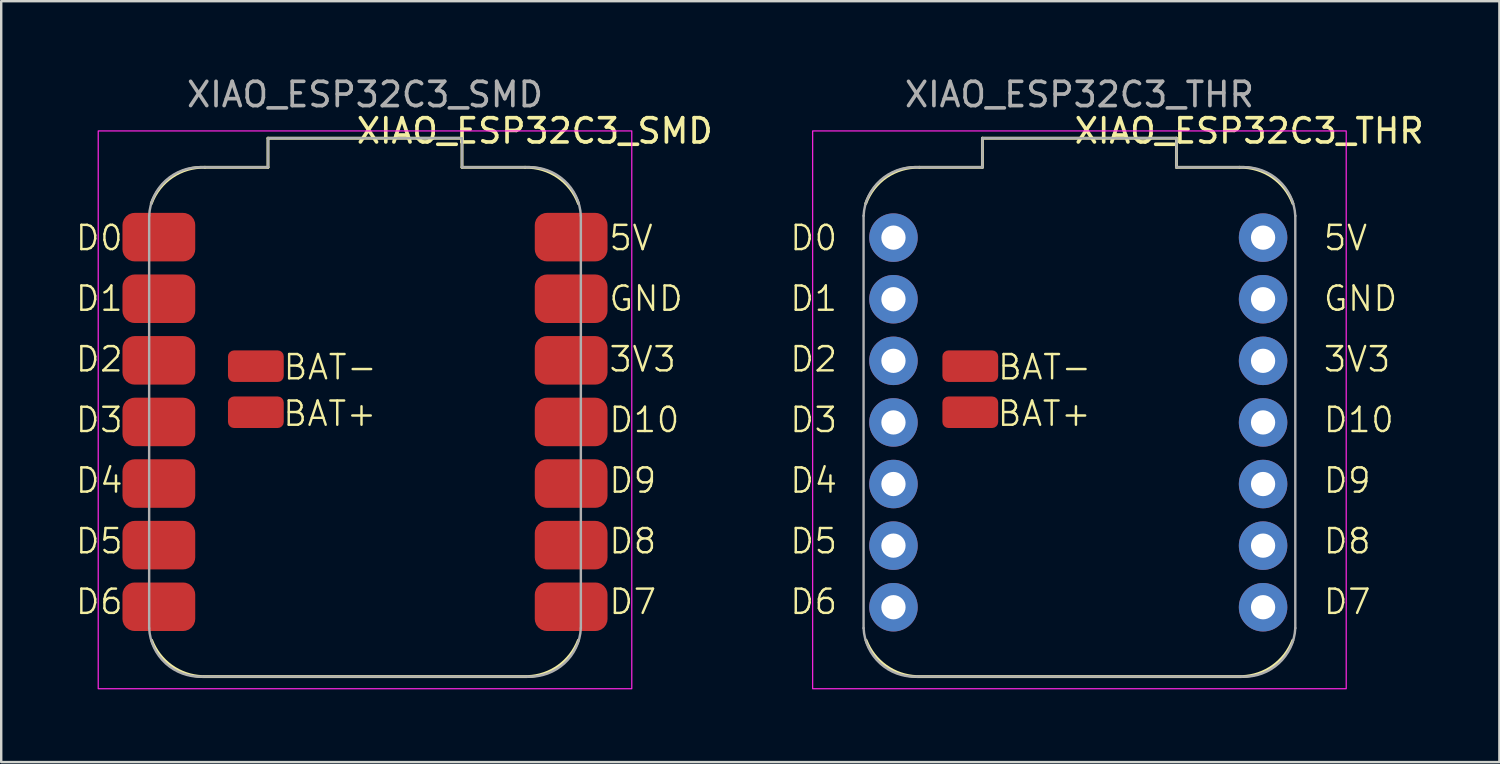
<source format=kicad_pcb>
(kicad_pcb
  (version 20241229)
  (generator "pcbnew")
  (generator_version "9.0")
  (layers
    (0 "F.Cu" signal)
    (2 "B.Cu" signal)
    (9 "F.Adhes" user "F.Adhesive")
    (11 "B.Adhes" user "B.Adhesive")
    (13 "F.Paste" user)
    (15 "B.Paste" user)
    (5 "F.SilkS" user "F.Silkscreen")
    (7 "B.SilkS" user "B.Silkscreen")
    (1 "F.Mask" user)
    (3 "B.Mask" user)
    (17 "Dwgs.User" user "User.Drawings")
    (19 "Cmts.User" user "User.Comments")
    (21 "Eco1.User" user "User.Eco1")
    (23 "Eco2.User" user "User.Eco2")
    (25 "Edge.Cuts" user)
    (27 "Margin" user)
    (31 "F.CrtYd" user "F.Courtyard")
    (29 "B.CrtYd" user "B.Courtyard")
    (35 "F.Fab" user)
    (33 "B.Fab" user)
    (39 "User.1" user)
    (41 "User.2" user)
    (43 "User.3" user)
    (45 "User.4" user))
  (footprint "XIAO_ESP32C3_THR"
    (layer "F.Cu")
    (at 41.458 14.348)
    (property "Reference" "XIAO_ESP32C3_THR" (at 7 -12 0) (unlocked yes) (layer "F.SilkS") (effects (font (size 1 1) (thickness 0.15))))
    (attr smd)
    (fp_line (start -6.7 10.5) (end 6.7 10.5) (stroke (width 0.12) (type default)) (layer "F.SilkS"))
    (fp_line (start -4 -11.7) (end 4 -11.7) (stroke (width 0.12) (type default)) (layer "F.SilkS"))
    (fp_line (start -4 -10.5) (end -6.6 -10.5) (stroke (width 0.12) (type default)) (layer "F.SilkS"))
    (fp_line (start -4 -10.5) (end -4 -11.7) (stroke (width 0.12) (type default)) (layer "F.SilkS"))
    (fp_line (start 4 -11.7) (end 4 -10.5) (stroke (width 0.12) (type default)) (layer "F.SilkS"))
    (fp_line (start 6.6 -10.5) (end 4 -10.5) (stroke (width 0.12) (type default)) (layer "F.SilkS"))
    (fp_arc (start -8.812892 -9.00468) (mid -7.949609 -10.111769) (end -6.600468 -10.499999) (stroke (width 0.12) (type default)) (layer "F.SilkS"))
    (fp_arc (start -6.7 10.5) (mid -7.977232 10.068125) (end -8.8 9) (stroke (width 0.12) (type default)) (layer "F.SilkS"))
    (fp_arc (start 6.6 -10.499999) (mid 7.944325 -10.107116) (end 8.804034 -9.001464) (stroke (width 0.12) (type default)) (layer "F.SilkS"))
    (fp_arc (start 8.8 9) (mid 7.977232 10.068125) (end 6.7 10.5) (stroke (width 0.12) (type default)) (layer "F.SilkS"))
    (fp_rect (start -11 -12) (end 11 11) (stroke (width 0.05) (type default)) (fill no) (layer "F.CrtYd"))
    (fp_line (start -8.9 8.5) (end -8.9 -8.5) (stroke (width 0.1) (type default)) (layer "F.Fab"))
    (fp_line (start -6.7 -10.5) (end -4 -10.5) (stroke (width 0.1) (type default)) (layer "F.Fab"))
    (fp_line (start -4 -11.7) (end 4 -11.7) (stroke (width 0.1) (type default)) (layer "F.Fab"))
    (fp_line (start -4 -10.5) (end -4 -11.7) (stroke (width 0.1) (type default)) (layer "F.Fab"))
    (fp_line (start 4 -11.7) (end 4 -10.5) (stroke (width 0.1) (type default)) (layer "F.Fab"))
    (fp_line (start 4 -10.5) (end 6.7 -10.5) (stroke (width 0.1) (type default)) (layer "F.Fab"))
    (fp_line (start 6.7 10.5) (end -6.7 10.5) (stroke (width 0.1) (type default)) (layer "F.Fab"))
    (fp_line (start 8.9 -8.5) (end 8.9 8.5) (stroke (width 0.1) (type default)) (layer "F.Fab"))
    (fp_arc (start -8.9 -8.5) (mid -8.214214 -9.955635) (end -6.7 -10.5) (stroke (width 0.1) (type default)) (layer "F.Fab"))
    (fp_arc (start -6.7 10.5) (mid -8.214214 9.955635) (end -8.9 8.5) (stroke (width 0.1) (type default)) (layer "F.Fab"))
    (fp_arc (start 6.7 -10.499999) (mid 8.214695 -9.954472) (end 8.9 -8.497676) (stroke (width 0.1) (type default)) (layer "F.Fab"))
    (fp_arc (start 8.9 8.5) (mid 8.214214 9.955635) (end 6.7 10.5) (stroke (width 0.1) (type default)) (layer "F.Fab"))
    (fp_text user "D1" (at -12 -4.5 0) (unlocked yes) (layer "F.SilkS") (effects (font (size 1 1) (thickness 0.1)) (justify left bottom)))
    (fp_text user "D6" (at -12 8 0) (unlocked yes) (layer "F.SilkS") (effects (font (size 1 1) (thickness 0.1)) (justify left bottom)))
    (fp_text user "D7" (at 10 8 0) (unlocked yes) (layer "F.SilkS") (effects (font (size 1 1) (thickness 0.1)) (justify left bottom)))
    (fp_text user "D8" (at 10 5.5 0) (unlocked yes) (layer "F.SilkS") (effects (font (size 1 1) (thickness 0.1)) (justify left bottom)))
    (fp_text user "D4" (at -12 3 0) (unlocked yes) (layer "F.SilkS") (effects (font (size 1 1) (thickness 0.1)) (justify left bottom)))
    (fp_text user "D2" (at -12 -2 0) (unlocked yes) (layer "F.SilkS") (effects (font (size 1 1) (thickness 0.1)) (justify left bottom)))
    (fp_text user "D5" (at -12 5.5 0) (unlocked yes) (layer "F.SilkS") (effects (font (size 1 1) (thickness 0.1)) (justify left bottom)))
    (fp_text user "GND" (at 10 -4.5 0) (unlocked yes) (layer "F.SilkS") (effects (font (size 1 1) (thickness 0.1)) (justify left bottom)))
    (fp_text user "5V" (at 10 -7 0) (unlocked yes) (layer "F.SilkS") (effects (font (size 1 1) (thickness 0.1)) (justify left bottom)))
    (fp_text user "D3" (at -12 0.5 0) (unlocked yes) (layer "F.SilkS") (effects (font (size 1 1) (thickness 0.1)) (justify left bottom)))
    (fp_text user "D10" (at 10 0.5 0) (unlocked yes) (layer "F.SilkS") (effects (font (size 1 1) (thickness 0.1)) (justify left bottom)))
    (fp_text user "BAT+" (at -3.448 0.243 0) (unlocked yes) (layer "F.SilkS") (effects (font (size 1 1) (thickness 0.1)) (justify left bottom)))
    (fp_text user "3V3" (at 10 -2 0) (unlocked yes) (layer "F.SilkS") (effects (font (size 1 1) (thickness 0.1)) (justify left bottom)))
    (fp_text user "D9" (at 10 3 0) (unlocked yes) (layer "F.SilkS") (effects (font (size 1 1) (thickness 0.1)) (justify left bottom)))
    (fp_text user "D0" (at -12 -7 0) (unlocked yes) (layer "F.SilkS") (effects (font (size 1 1) (thickness 0.1)) (justify left bottom)))
    (fp_text user "BAT-" (at -3.432 -1.673 0) (unlocked yes) (layer "F.SilkS") (effects (font (size 1 1) (thickness 0.1)) (justify left bottom)))
    (fp_text user "${REFERENCE}" (at 0 -13.5 0) (unlocked yes) (layer "F.Fab") (effects (font (size 1 1) (thickness 0.15))))
    (pad "1" thru_hole circle (at -7.668 -7.6) (size 2 2) (drill 1) (layers "*.Cu" "*.Mask"))
    (pad "2" thru_hole circle (at -7.668 -5.06) (size 2 2) (drill 1) (layers "*.Cu" "*.Mask"))
    (pad "3" thru_hole circle (at -7.668 -2.52) (size 2 2) (drill 1) (layers "*.Cu" "*.Mask"))
    (pad "4" thru_hole circle (at -7.668 0.02) (size 2 2) (drill 1) (layers "*.Cu" "*.Mask"))
    (pad "5" thru_hole circle (at -7.668 2.56) (size 2 2) (drill 1) (layers "*.Cu" "*.Mask"))
    (pad "6" thru_hole circle (at -7.668 5.1) (size 2 2) (drill 1) (layers "*.Cu" "*.Mask"))
    (pad "7" thru_hole circle (at -7.668 7.64) (size 2 2) (drill 1) (layers "*.Cu" "*.Mask"))
    (pad "8" thru_hole circle (at 7.572 7.64) (size 2 2) (drill 1) (layers "*.Cu" "*.Mask"))
    (pad "9" thru_hole circle (at 7.572 5.1) (size 2 2) (drill 1) (layers "*.Cu" "*.Mask"))
    (pad "10" thru_hole circle (at 7.572 2.56) (size 2 2) (drill 1) (layers "*.Cu" "*.Mask"))
    (pad "11" thru_hole circle (at 7.572 0.02) (size 2 2) (drill 1) (layers "*.Cu" "*.Mask"))
    (pad "12" thru_hole circle (at 7.572 -2.52) (size 2 2) (drill 1) (layers "*.Cu" "*.Mask"))
    (pad "13" thru_hole circle (at 7.572 -5.06) (size 2 2) (drill 1) (layers "*.Cu" "*.Mask"))
    (pad "14" thru_hole circle (at 7.572 -7.6) (size 2 2) (drill 1) (layers "*.Cu" "*.Mask"))
    (pad "15" smd roundrect (at -4.5 -2.3) (size 2.3 1.3) (layers "F.Cu" "F.Mask" "F.Paste") (roundrect_rratio 0.192))
    (pad "16" smd roundrect (at -4.5 -0.4) (size 2.3 1.3) (layers "F.Cu" "F.Mask" "F.Paste") (roundrect_rratio 0.192)))
  (footprint "XIAO_ESP32C3_SMD"
    (layer "F.Cu")
    (at 12 14.348)
    (property "Reference" "XIAO_ESP32C3_SMD" (at 7 -12 0) (unlocked yes) (layer "F.SilkS") (effects (font (size 1 1) (thickness 0.15))))
    (attr smd)
    (fp_line (start -6.7 10.5) (end 6.7 10.5) (stroke (width 0.12) (type default)) (layer "F.SilkS"))
    (fp_line (start -4 -11.7) (end 4 -11.7) (stroke (width 0.12) (type default)) (layer "F.SilkS"))
    (fp_line (start -4 -10.5) (end -6.6 -10.5) (stroke (width 0.12) (type default)) (layer "F.SilkS"))
    (fp_line (start -4 -10.5) (end -4 -11.7) (stroke (width 0.12) (type default)) (layer "F.SilkS"))
    (fp_line (start 4 -11.7) (end 4 -10.5) (stroke (width 0.12) (type default)) (layer "F.SilkS"))
    (fp_line (start 6.6 -10.5) (end 4 -10.5) (stroke (width 0.12) (type default)) (layer "F.SilkS"))
    (fp_arc (start -8.812892 -9.00468) (mid -7.949609 -10.111769) (end -6.600468 -10.499999) (stroke (width 0.12) (type default)) (layer "F.SilkS"))
    (fp_arc (start -6.7 10.5) (mid -7.977232 10.068125) (end -8.8 9) (stroke (width 0.12) (type default)) (layer "F.SilkS"))
    (fp_arc (start 6.6 -10.499999) (mid 7.944325 -10.107116) (end 8.804034 -9.001464) (stroke (width 0.12) (type default)) (layer "F.SilkS"))
    (fp_arc (start 8.8 9) (mid 7.977232 10.068125) (end 6.7 10.5) (stroke (width 0.12) (type default)) (layer "F.SilkS"))
    (fp_rect (start -11 -12) (end 11 11) (stroke (width 0.05) (type default)) (fill no) (layer "F.CrtYd"))
    (fp_line (start -8.9 8.5) (end -8.9 -8.5) (stroke (width 0.1) (type default)) (layer "F.Fab"))
    (fp_line (start -6.7 -10.5) (end -4 -10.5) (stroke (width 0.1) (type default)) (layer "F.Fab"))
    (fp_line (start -4 -11.7) (end 4 -11.7) (stroke (width 0.1) (type default)) (layer "F.Fab"))
    (fp_line (start -4 -10.5) (end -4 -11.7) (stroke (width 0.1) (type default)) (layer "F.Fab"))
    (fp_line (start 4 -11.7) (end 4 -10.5) (stroke (width 0.1) (type default)) (layer "F.Fab"))
    (fp_line (start 4 -10.5) (end 6.7 -10.5) (stroke (width 0.1) (type default)) (layer "F.Fab"))
    (fp_line (start 6.7 10.5) (end -6.7 10.5) (stroke (width 0.1) (type default)) (layer "F.Fab"))
    (fp_line (start 8.9 -8.5) (end 8.9 8.5) (stroke (width 0.1) (type default)) (layer "F.Fab"))
    (fp_arc (start -8.9 -8.5) (mid -8.214214 -9.955635) (end -6.7 -10.5) (stroke (width 0.1) (type default)) (layer "F.Fab"))
    (fp_arc (start -6.7 10.5) (mid -8.214214 9.955635) (end -8.9 8.5) (stroke (width 0.1) (type default)) (layer "F.Fab"))
    (fp_arc (start 6.7 -10.499999) (mid 8.214695 -9.954472) (end 8.9 -8.497676) (stroke (width 0.1) (type default)) (layer "F.Fab"))
    (fp_arc (start 8.9 8.5) (mid 8.214214 9.955635) (end 6.7 10.5) (stroke (width 0.1) (type default)) (layer "F.Fab"))
    (fp_text user "D6" (at -12 8 0) (unlocked yes) (layer "F.SilkS") (effects (font (size 1 1) (thickness 0.1)) (justify left bottom)))
    (fp_text user "3V3" (at 10 -2 0) (unlocked yes) (layer "F.SilkS") (effects (font (size 1 1) (thickness 0.1)) (justify left bottom)))
    (fp_text user "BAT+" (at -3.448 0.243 0) (unlocked yes) (layer "F.SilkS") (effects (font (size 1 1) (thickness 0.1)) (justify left bottom)))
    (fp_text user "D0" (at -12 -7 0) (unlocked yes) (layer "F.SilkS") (effects (font (size 1 1) (thickness 0.1)) (justify left bottom)))
    (fp_text user "D8" (at 10 5.5 0) (unlocked yes) (layer "F.SilkS") (effects (font (size 1 1) (thickness 0.1)) (justify left bottom)))
    (fp_text user "D10" (at 10 0.5 0) (unlocked yes) (layer "F.SilkS") (effects (font (size 1 1) (thickness 0.1)) (justify left bottom)))
    (fp_text user "GND" (at 10 -4.5 0) (unlocked yes) (layer "F.SilkS") (effects (font (size 1 1) (thickness 0.1)) (justify left bottom)))
    (fp_text user "D2" (at -12 -2 0) (unlocked yes) (layer "F.SilkS") (effects (font (size 1 1) (thickness 0.1)) (justify left bottom)))
    (fp_text user "D5" (at -12 5.5 0) (unlocked yes) (layer "F.SilkS") (effects (font (size 1 1) (thickness 0.1)) (justify left bottom)))
    (fp_text user "BAT-" (at -3.432 -1.673 0) (unlocked yes) (layer "F.SilkS") (effects (font (size 1 1) (thickness 0.1)) (justify left bottom)))
    (fp_text user "D4" (at -12 3 0) (unlocked yes) (layer "F.SilkS") (effects (font (size 1 1) (thickness 0.1)) (justify left bottom)))
    (fp_text user "D3" (at -12 0.5 0) (unlocked yes) (layer "F.SilkS") (effects (font (size 1 1) (thickness 0.1)) (justify left bottom)))
    (fp_text user "D7" (at 10 8 0) (unlocked yes) (layer "F.SilkS") (effects (font (size 1 1) (thickness 0.1)) (justify left bottom)))
    (fp_text user "D9" (at 10 3 0) (unlocked yes) (layer "F.SilkS") (effects (font (size 1 1) (thickness 0.1)) (justify left bottom)))
    (fp_text user "5V" (at 10 -7 0) (unlocked yes) (layer "F.SilkS") (effects (font (size 1 1) (thickness 0.1)) (justify left bottom)))
    (fp_text user "D1" (at -12 -4.5 0) (unlocked yes) (layer "F.SilkS") (effects (font (size 1 1) (thickness 0.1)) (justify left bottom)))
    (fp_text user "${REFERENCE}" (at 0 -13.5 0) (unlocked yes) (layer "F.Fab") (effects (font (size 1 1) (thickness 0.15))))
    (pad "1" smd roundrect (at -8.5 -7.62) (size 3 2) (layers "F.Cu" "F.Mask" "F.Paste") (roundrect_rratio 0.25))
    (pad "2" smd roundrect (at -8.5 -5.08) (size 3 2) (layers "F.Cu" "F.Mask" "F.Paste") (roundrect_rratio 0.25))
    (pad "3" smd roundrect (at -8.5 -2.54) (size 3 2) (layers "F.Cu" "F.Mask" "F.Paste") (roundrect_rratio 0.25))
    (pad "4" smd roundrect (at -8.5 0) (size 3 2) (layers "F.Cu" "F.Mask" "F.Paste") (roundrect_rratio 0.25))
    (pad "5" smd roundrect (at -8.5 2.54) (size 3 2) (layers "F.Cu" "F.Mask" "F.Paste") (roundrect_rratio 0.25))
    (pad "6" smd roundrect (at -8.5 5.08) (size 3 2) (layers "F.Cu" "F.Mask" "F.Paste") (roundrect_rratio 0.25))
    (pad "7" smd roundrect (at -8.5 7.62) (size 3 2) (layers "F.Cu" "F.Mask" "F.Paste") (roundrect_rratio 0.25))
    (pad "8" smd roundrect (at 8.5 7.62) (size 3 2) (layers "F.Cu" "F.Mask" "F.Paste") (roundrect_rratio 0.25))
    (pad "9" smd roundrect (at 8.5 5.08) (size 3 2) (layers "F.Cu" "F.Mask" "F.Paste") (roundrect_rratio 0.25))
    (pad "10" smd roundrect (at 8.5 2.54) (size 3 2) (layers "F.Cu" "F.Mask" "F.Paste") (roundrect_rratio 0.25))
    (pad "11" smd roundrect (at 8.5 0) (size 3 2) (layers "F.Cu" "F.Mask" "F.Paste") (roundrect_rratio 0.25))
    (pad "12" smd roundrect (at 8.5 -2.54) (size 3 2) (layers "F.Cu" "F.Mask" "F.Paste") (roundrect_rratio 0.25))
    (pad "13" smd roundrect (at 8.5 -5.08) (size 3 2) (layers "F.Cu" "F.Mask" "F.Paste") (roundrect_rratio 0.25))
    (pad "14" smd roundrect (at 8.5 -7.62) (size 3 2) (layers "F.Cu" "F.Mask" "F.Paste") (roundrect_rratio 0.25))
    (pad "15" smd roundrect (at -4.5 -2.3) (size 2.3 1.3) (layers "F.Cu" "F.Mask" "F.Paste") (roundrect_rratio 0.192))
    (pad "16" smd roundrect (at -4.5 -0.4) (size 2.3 1.3) (layers "F.Cu" "F.Mask" "F.Paste") (roundrect_rratio 0.192)))
  (gr_rect
    (start -3 -3)
    (end 58.774 28.373)
    (stroke (width 0.1) (type default))
    (fill no)
    (layer "Edge.Cuts")))
</source>
